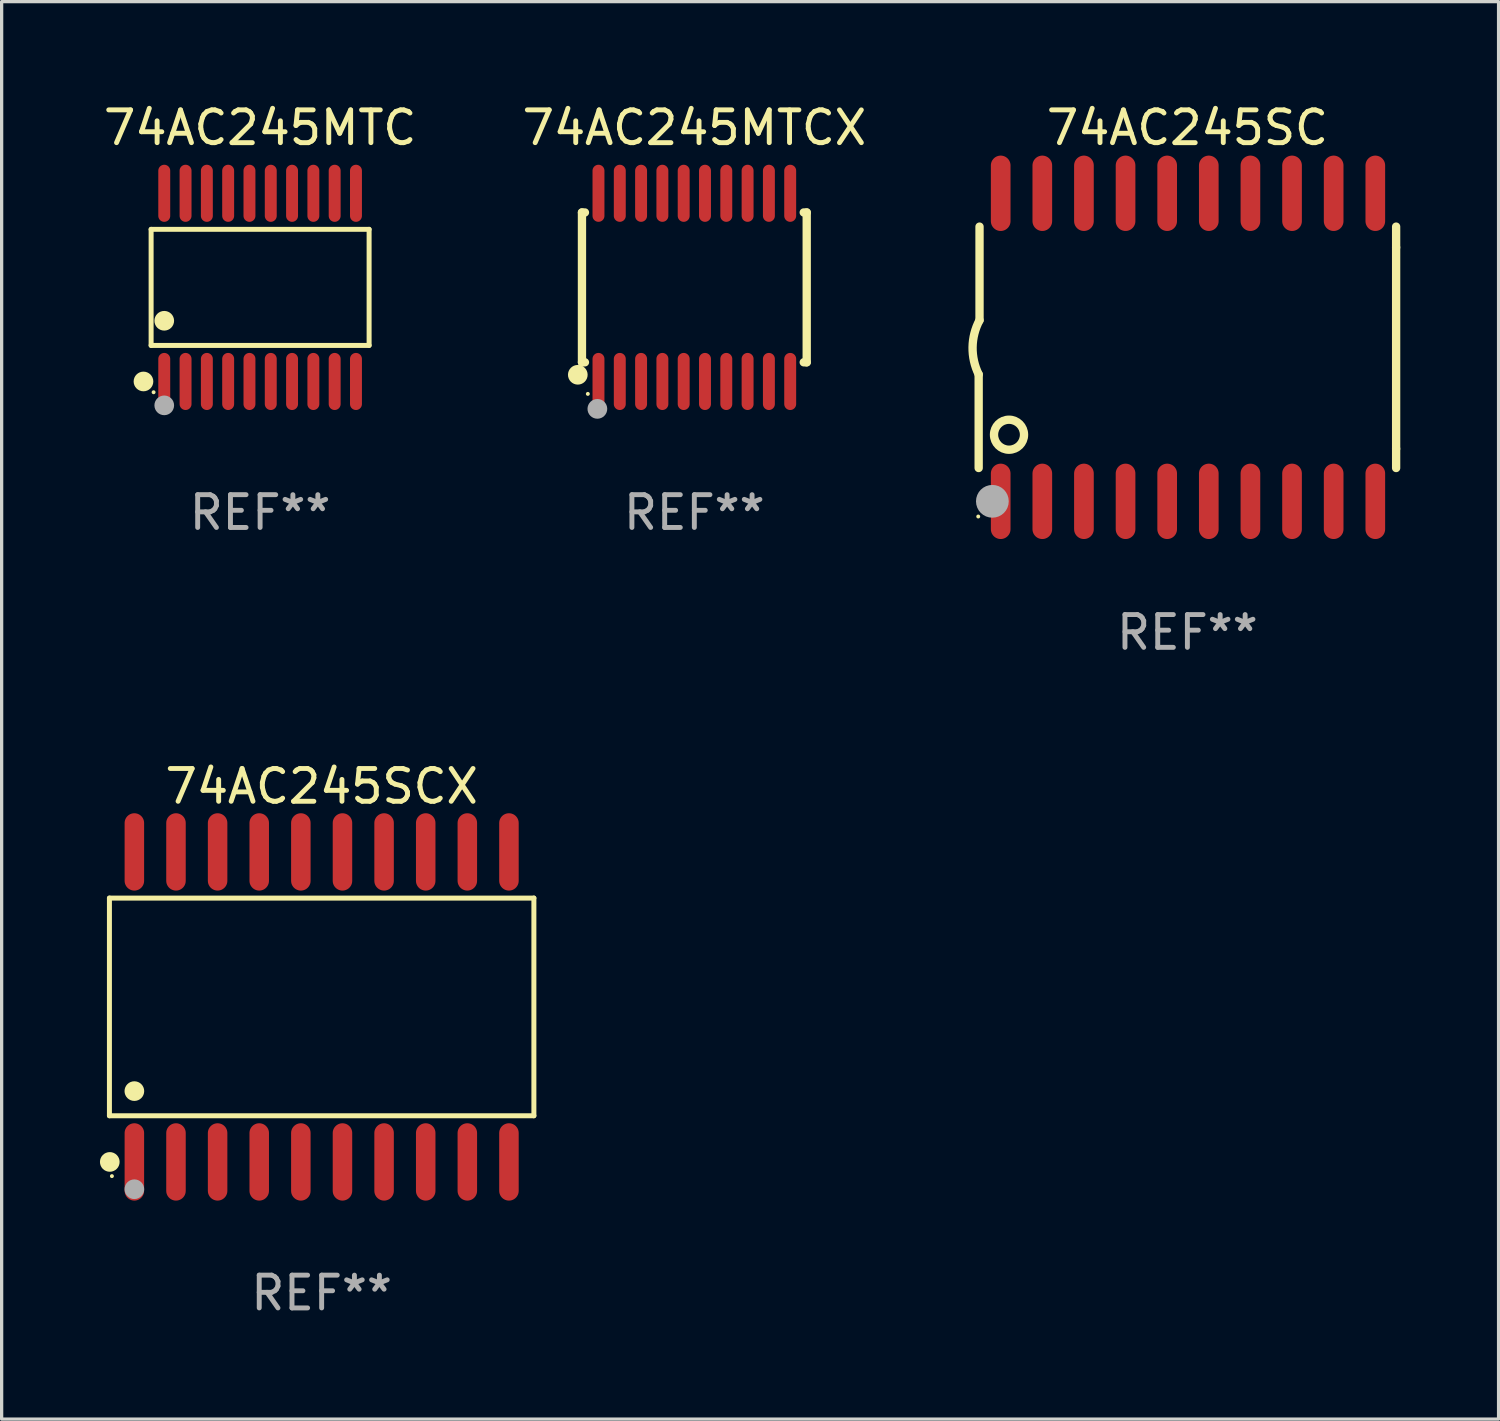
<source format=kicad_pcb>
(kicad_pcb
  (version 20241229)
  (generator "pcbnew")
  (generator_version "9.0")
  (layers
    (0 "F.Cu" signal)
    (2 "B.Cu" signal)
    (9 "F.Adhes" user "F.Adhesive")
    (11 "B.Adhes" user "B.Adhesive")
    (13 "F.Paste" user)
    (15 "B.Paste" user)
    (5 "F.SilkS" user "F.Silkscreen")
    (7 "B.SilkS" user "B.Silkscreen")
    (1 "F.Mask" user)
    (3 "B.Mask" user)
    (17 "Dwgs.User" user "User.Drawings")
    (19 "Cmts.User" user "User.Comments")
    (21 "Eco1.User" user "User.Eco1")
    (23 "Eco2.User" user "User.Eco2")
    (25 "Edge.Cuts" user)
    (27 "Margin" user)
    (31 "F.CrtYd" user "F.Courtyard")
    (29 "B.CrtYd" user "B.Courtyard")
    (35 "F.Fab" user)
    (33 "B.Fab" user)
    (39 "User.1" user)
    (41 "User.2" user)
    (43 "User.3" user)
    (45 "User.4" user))
  (footprint "74AC245SC"
    (layer "F.Cu")
    (at 33.182 7.548)
    (property "Reference" "74AC245SC" (at 0 -6.7 0) (layer "F.SilkS") (effects (font (size 1 1) (thickness 0.15))))
    (attr through_hole)
    (fp_line (start -6.369 0.826) (end -6.369 3.683) (stroke (width 0.254) (type solid)) (layer "F.SilkS"))
    (fp_line (start -6.343 -0.825) (end -6.343 -3.683) (stroke (width 0.254) (type solid)) (layer "F.SilkS"))
    (fp_line (start 6.369 -3.048) (end 6.369 -3.683) (stroke (width 0.254) (type solid)) (layer "F.SilkS"))
    (fp_line (start 6.369 -3.048) (end 6.369 3.096) (stroke (width 0.254) (type solid)) (layer "F.SilkS"))
    (fp_line (start 6.369 3.096) (end 6.369 3.683) (stroke (width 0.254) (type solid)) (layer "F.SilkS"))
    (fp_arc (start -6.36853 0.825552) (mid -6.554743 -0.00301) (end -6.343129 -0.825451) (stroke (width 0.254001) (type solid)) (layer "F.SilkS"))
    (fp_circle (center -6.382 5.163) (end -6.352 5.163) (stroke (width 0.06) (type solid)) (fill no) (layer "F.SilkS"))
    (fp_circle (center -5.443 2.667) (end -4.985 2.667) (stroke (width 0.254) (type solid)) (fill no) (layer "F.SilkS"))
    (fp_circle (center -5.951 4.699) (end -5.701 4.699) (stroke (width 0.5) (type solid)) (fill no) (layer "F.Fab"))
    (fp_text user "REF**" (at 0 8.7 0) (layer "F.Fab") (effects (font (size 1 1) (thickness 0.15))))
    (pad "1" smd oval (at -5.697 4.7 180) (size 0.6 2.3) (layers "F.Cu" "F.Mask" "F.Paste"))
    (pad "2" smd oval (at -4.427 4.7 180) (size 0.6 2.3) (layers "F.Cu" "F.Mask" "F.Paste"))
    (pad "3" smd oval (at -3.157 4.7 180) (size 0.6 2.3) (layers "F.Cu" "F.Mask" "F.Paste"))
    (pad "4" smd oval (at -1.887 4.7 180) (size 0.6 2.3) (layers "F.Cu" "F.Mask" "F.Paste"))
    (pad "5" smd oval (at -0.617 4.7 180) (size 0.6 2.3) (layers "F.Cu" "F.Mask" "F.Paste"))
    (pad "6" smd oval (at 0.653 4.7 180) (size 0.6 2.3) (layers "F.Cu" "F.Mask" "F.Paste"))
    (pad "7" smd oval (at 1.923 4.7 180) (size 0.6 2.3) (layers "F.Cu" "F.Mask" "F.Paste"))
    (pad "8" smd oval (at 3.193 4.7 180) (size 0.6 2.3) (layers "F.Cu" "F.Mask" "F.Paste"))
    (pad "9" smd oval (at 4.463 4.7 180) (size 0.6 2.3) (layers "F.Cu" "F.Mask" "F.Paste"))
    (pad "10" smd oval (at 5.734 4.7 180) (size 0.6 2.3) (layers "F.Cu" "F.Mask" "F.Paste"))
    (pad "11" smd oval (at 5.734 -4.7 180) (size 0.6 2.3) (layers "F.Cu" "F.Mask" "F.Paste"))
    (pad "12" smd oval (at 4.463 -4.7 180) (size 0.6 2.3) (layers "F.Cu" "F.Mask" "F.Paste"))
    (pad "13" smd oval (at 3.193 -4.7 180) (size 0.6 2.3) (layers "F.Cu" "F.Mask" "F.Paste"))
    (pad "14" smd oval (at 1.923 -4.7 180) (size 0.6 2.3) (layers "F.Cu" "F.Mask" "F.Paste"))
    (pad "15" smd oval (at 0.653 -4.7 180) (size 0.6 2.3) (layers "F.Cu" "F.Mask" "F.Paste"))
    (pad "16" smd oval (at -0.617 -4.7 180) (size 0.6 2.3) (layers "F.Cu" "F.Mask" "F.Paste"))
    (pad "17" smd oval (at -1.887 -4.7 180) (size 0.6 2.3) (layers "F.Cu" "F.Mask" "F.Paste"))
    (pad "18" smd oval (at -3.157 -4.7 180) (size 0.6 2.3) (layers "F.Cu" "F.Mask" "F.Paste"))
    (pad "19" smd oval (at -4.427 -4.7 180) (size 0.6 2.3) (layers "F.Cu" "F.Mask" "F.Paste"))
    (pad "20" smd oval (at -5.697 -4.7 180) (size 0.6 2.3) (layers "F.Cu" "F.Mask" "F.Paste")))
  (footprint "74AC245MTCX"
    (layer "F.Cu")
    (at 18.137 5.719)
    (property "Reference" "74AC245MTCX" (at 0 -4.871 0) (layer "F.SilkS") (effects (font (size 1 1) (thickness 0.15))))
    (attr through_hole)
    (fp_line (start -3.429 -2.286) (end -3.429 2.286) (stroke (width 0.254) (type solid)) (layer "F.SilkS"))
    (fp_line (start -3.429 2.286) (end -3.338 2.286) (stroke (width 0.254) (type solid)) (layer "F.SilkS"))
    (fp_line (start -3.338 -2.286) (end -3.429 -2.286) (stroke (width 0.254) (type solid)) (layer "F.SilkS"))
    (fp_line (start 3.338 -2.286) (end 3.429 -2.286) (stroke (width 0.254) (type solid)) (layer "F.SilkS"))
    (fp_line (start 3.429 -2.286) (end 3.429 2.286) (stroke (width 0.254) (type solid)) (layer "F.SilkS"))
    (fp_line (start 3.429 2.286) (end 3.338 2.286) (stroke (width 0.254) (type solid)) (layer "F.SilkS"))
    (fp_circle (center -3.556 2.667) (end -3.406 2.667) (stroke (width 0.3) (type solid)) (fill no) (layer "F.SilkS"))
    (fp_circle (center -3.25 3.25) (end -3.22 3.25) (stroke (width 0.06) (type solid)) (fill no) (layer "F.SilkS"))
    (fp_circle (center -2.959 3.707) (end -2.808 3.707) (stroke (width 0.3) (type solid)) (fill no) (layer "F.Fab"))
    (fp_text user "REF**" (at 0 6.871 0) (layer "F.Fab") (effects (font (size 1 1) (thickness 0.15))))
    (pad "1" smd oval (at -2.925 2.871) (size 0.364 1.742) (layers "F.Cu" "F.Mask" "F.Paste"))
    (pad "2" smd oval (at -2.275 2.871) (size 0.364 1.742) (layers "F.Cu" "F.Mask" "F.Paste"))
    (pad "3" smd oval (at -1.625 2.871) (size 0.364 1.742) (layers "F.Cu" "F.Mask" "F.Paste"))
    (pad "4" smd oval (at -0.975 2.871) (size 0.364 1.742) (layers "F.Cu" "F.Mask" "F.Paste"))
    (pad "5" smd oval (at -0.325 2.871) (size 0.364 1.742) (layers "F.Cu" "F.Mask" "F.Paste"))
    (pad "6" smd oval (at 0.325 2.871) (size 0.364 1.742) (layers "F.Cu" "F.Mask" "F.Paste"))
    (pad "7" smd oval (at 0.975 2.871) (size 0.364 1.742) (layers "F.Cu" "F.Mask" "F.Paste"))
    (pad "8" smd oval (at 1.625 2.871) (size 0.364 1.742) (layers "F.Cu" "F.Mask" "F.Paste"))
    (pad "9" smd oval (at 2.275 2.871) (size 0.364 1.742) (layers "F.Cu" "F.Mask" "F.Paste"))
    (pad "10" smd oval (at 2.925 2.871) (size 0.364 1.742) (layers "F.Cu" "F.Mask" "F.Paste"))
    (pad "11" smd oval (at 2.925 -2.871) (size 0.364 1.742) (layers "F.Cu" "F.Mask" "F.Paste"))
    (pad "12" smd oval (at 2.275 -2.871) (size 0.364 1.742) (layers "F.Cu" "F.Mask" "F.Paste"))
    (pad "13" smd oval (at 1.625 -2.871) (size 0.364 1.742) (layers "F.Cu" "F.Mask" "F.Paste"))
    (pad "14" smd oval (at 0.975 -2.871) (size 0.364 1.742) (layers "F.Cu" "F.Mask" "F.Paste"))
    (pad "15" smd oval (at 0.325 -2.871) (size 0.364 1.742) (layers "F.Cu" "F.Mask" "F.Paste"))
    (pad "16" smd oval (at -0.325 -2.871) (size 0.364 1.742) (layers "F.Cu" "F.Mask" "F.Paste"))
    (pad "17" smd oval (at -0.975 -2.871) (size 0.364 1.742) (layers "F.Cu" "F.Mask" "F.Paste"))
    (pad "18" smd oval (at -1.625 -2.871) (size 0.364 1.742) (layers "F.Cu" "F.Mask" "F.Paste"))
    (pad "19" smd oval (at -2.275 -2.871) (size 0.364 1.742) (layers "F.Cu" "F.Mask" "F.Paste"))
    (pad "20" smd oval (at -2.925 -2.871) (size 0.364 1.742) (layers "F.Cu" "F.Mask" "F.Paste")))
  (footprint "74AC245SCX"
    (layer "F.Cu")
    (at 6.765 27.675)
    (property "Reference" "74AC245SCX" (at 0 -6.73 0) (layer "F.SilkS") (effects (font (size 1 1) (thickness 0.15))))
    (attr through_hole)
    (fp_line (start -6.476 -3.321) (end 6.476 -3.321) (stroke (width 0.152) (type solid)) (layer "F.SilkS"))
    (fp_line (start -6.476 3.321) (end -6.476 -3.321) (stroke (width 0.152) (type solid)) (layer "F.SilkS"))
    (fp_line (start 6.476 -3.321) (end 6.476 3.321) (stroke (width 0.152) (type solid)) (layer "F.SilkS"))
    (fp_line (start 6.476 3.321) (end -6.476 3.321) (stroke (width 0.152) (type solid)) (layer "F.SilkS"))
    (fp_circle (center -6.465 4.73) (end -6.315 4.73) (stroke (width 0.3) (type solid)) (fill no) (layer "F.SilkS"))
    (fp_circle (center -6.4 5.163) (end -6.37 5.163) (stroke (width 0.06) (type solid)) (fill no) (layer "F.SilkS"))
    (fp_circle (center -5.715 2.569) (end -5.565 2.569) (stroke (width 0.3) (type solid)) (fill no) (layer "F.SilkS"))
    (fp_circle (center -5.715 5.563) (end -5.565 5.563) (stroke (width 0.3) (type solid)) (fill no) (layer "F.Fab"))
    (fp_text user "REF**" (at 0 8.73 0) (layer "F.Fab") (effects (font (size 1 1) (thickness 0.15))))
    (pad "1" smd oval (at -5.715 4.73) (size 0.595 2.36) (layers "F.Cu" "F.Mask" "F.Paste"))
    (pad "2" smd oval (at -4.445 4.73) (size 0.595 2.36) (layers "F.Cu" "F.Mask" "F.Paste"))
    (pad "3" smd oval (at -3.175 4.73) (size 0.595 2.36) (layers "F.Cu" "F.Mask" "F.Paste"))
    (pad "4" smd oval (at -1.905 4.73) (size 0.595 2.36) (layers "F.Cu" "F.Mask" "F.Paste"))
    (pad "5" smd oval (at -0.635 4.73) (size 0.595 2.36) (layers "F.Cu" "F.Mask" "F.Paste"))
    (pad "6" smd oval (at 0.635 4.73) (size 0.595 2.36) (layers "F.Cu" "F.Mask" "F.Paste"))
    (pad "7" smd oval (at 1.905 4.73) (size 0.595 2.36) (layers "F.Cu" "F.Mask" "F.Paste"))
    (pad "8" smd oval (at 3.175 4.73) (size 0.595 2.36) (layers "F.Cu" "F.Mask" "F.Paste"))
    (pad "9" smd oval (at 4.445 4.73) (size 0.595 2.36) (layers "F.Cu" "F.Mask" "F.Paste"))
    (pad "10" smd oval (at 5.715 4.73) (size 0.595 2.36) (layers "F.Cu" "F.Mask" "F.Paste"))
    (pad "11" smd oval (at 5.715 -4.73) (size 0.595 2.36) (layers "F.Cu" "F.Mask" "F.Paste"))
    (pad "12" smd oval (at 4.445 -4.73) (size 0.595 2.36) (layers "F.Cu" "F.Mask" "F.Paste"))
    (pad "13" smd oval (at 3.175 -4.73) (size 0.595 2.36) (layers "F.Cu" "F.Mask" "F.Paste"))
    (pad "14" smd oval (at 1.905 -4.73) (size 0.595 2.36) (layers "F.Cu" "F.Mask" "F.Paste"))
    (pad "15" smd oval (at 0.635 -4.73) (size 0.595 2.36) (layers "F.Cu" "F.Mask" "F.Paste"))
    (pad "16" smd oval (at -0.635 -4.73) (size 0.595 2.36) (layers "F.Cu" "F.Mask" "F.Paste"))
    (pad "17" smd oval (at -1.905 -4.73) (size 0.595 2.36) (layers "F.Cu" "F.Mask" "F.Paste"))
    (pad "18" smd oval (at -3.175 -4.73) (size 0.595 2.36) (layers "F.Cu" "F.Mask" "F.Paste"))
    (pad "19" smd oval (at -4.445 -4.73) (size 0.595 2.36) (layers "F.Cu" "F.Mask" "F.Paste"))
    (pad "20" smd oval (at -5.715 -4.73) (size 0.595 2.36) (layers "F.Cu" "F.Mask" "F.Paste")))
  (footprint "74AC245MTC"
    (layer "F.Cu")
    (at 4.887 5.719)
    (property "Reference" "74AC245MTC" (at 0 -4.871 0) (layer "F.SilkS") (effects (font (size 1 1) (thickness 0.15))))
    (attr through_hole)
    (fp_line (start -3.326 -1.771) (end 3.326 -1.771) (stroke (width 0.152) (type solid)) (layer "F.SilkS"))
    (fp_line (start -3.326 1.771) (end -3.326 -1.771) (stroke (width 0.152) (type solid)) (layer "F.SilkS"))
    (fp_line (start 3.326 -1.771) (end 3.326 1.771) (stroke (width 0.152) (type solid)) (layer "F.SilkS"))
    (fp_line (start 3.326 1.771) (end -3.326 1.771) (stroke (width 0.152) (type solid)) (layer "F.SilkS"))
    (fp_circle (center -3.559 2.871) (end -3.409 2.871) (stroke (width 0.3) (type solid)) (fill no) (layer "F.SilkS"))
    (fp_circle (center -3.25 3.2) (end -3.22 3.2) (stroke (width 0.06) (type solid)) (fill no) (layer "F.SilkS"))
    (fp_circle (center -2.925 1.019) (end -2.775 1.019) (stroke (width 0.3) (type solid)) (fill no) (layer "F.SilkS"))
    (fp_circle (center -2.925 3.6) (end -2.775 3.6) (stroke (width 0.3) (type solid)) (fill no) (layer "F.Fab"))
    (fp_text user "REF**" (at 0 6.871 0) (layer "F.Fab") (effects (font (size 1 1) (thickness 0.15))))
    (pad "1" smd oval (at -2.925 2.871) (size 0.364 1.742) (layers "F.Cu" "F.Mask" "F.Paste"))
    (pad "2" smd oval (at -2.275 2.871) (size 0.364 1.742) (layers "F.Cu" "F.Mask" "F.Paste"))
    (pad "3" smd oval (at -1.625 2.871) (size 0.364 1.742) (layers "F.Cu" "F.Mask" "F.Paste"))
    (pad "4" smd oval (at -0.975 2.871) (size 0.364 1.742) (layers "F.Cu" "F.Mask" "F.Paste"))
    (pad "5" smd oval (at -0.325 2.871) (size 0.364 1.742) (layers "F.Cu" "F.Mask" "F.Paste"))
    (pad "6" smd oval (at 0.325 2.871) (size 0.364 1.742) (layers "F.Cu" "F.Mask" "F.Paste"))
    (pad "7" smd oval (at 0.975 2.871) (size 0.364 1.742) (layers "F.Cu" "F.Mask" "F.Paste"))
    (pad "8" smd oval (at 1.625 2.871) (size 0.364 1.742) (layers "F.Cu" "F.Mask" "F.Paste"))
    (pad "9" smd oval (at 2.275 2.871) (size 0.364 1.742) (layers "F.Cu" "F.Mask" "F.Paste"))
    (pad "10" smd oval (at 2.925 2.871) (size 0.364 1.742) (layers "F.Cu" "F.Mask" "F.Paste"))
    (pad "11" smd oval (at 2.925 -2.871) (size 0.364 1.742) (layers "F.Cu" "F.Mask" "F.Paste"))
    (pad "12" smd oval (at 2.275 -2.871) (size 0.364 1.742) (layers "F.Cu" "F.Mask" "F.Paste"))
    (pad "13" smd oval (at 1.625 -2.871) (size 0.364 1.742) (layers "F.Cu" "F.Mask" "F.Paste"))
    (pad "14" smd oval (at 0.975 -2.871) (size 0.364 1.742) (layers "F.Cu" "F.Mask" "F.Paste"))
    (pad "15" smd oval (at 0.325 -2.871) (size 0.364 1.742) (layers "F.Cu" "F.Mask" "F.Paste"))
    (pad "16" smd oval (at -0.325 -2.871) (size 0.364 1.742) (layers "F.Cu" "F.Mask" "F.Paste"))
    (pad "17" smd oval (at -0.975 -2.871) (size 0.364 1.742) (layers "F.Cu" "F.Mask" "F.Paste"))
    (pad "18" smd oval (at -1.625 -2.871) (size 0.364 1.742) (layers "F.Cu" "F.Mask" "F.Paste"))
    (pad "19" smd oval (at -2.275 -2.871) (size 0.364 1.742) (layers "F.Cu" "F.Mask" "F.Paste"))
    (pad "20" smd oval (at -2.925 -2.871) (size 0.364 1.742) (layers "F.Cu" "F.Mask" "F.Paste")))
  (gr_rect
    (start -3 -3)
    (end 42.677 40.253)
    (stroke (width 0.1) (type default))
    (fill no)
    (layer "Edge.Cuts")))
</source>
